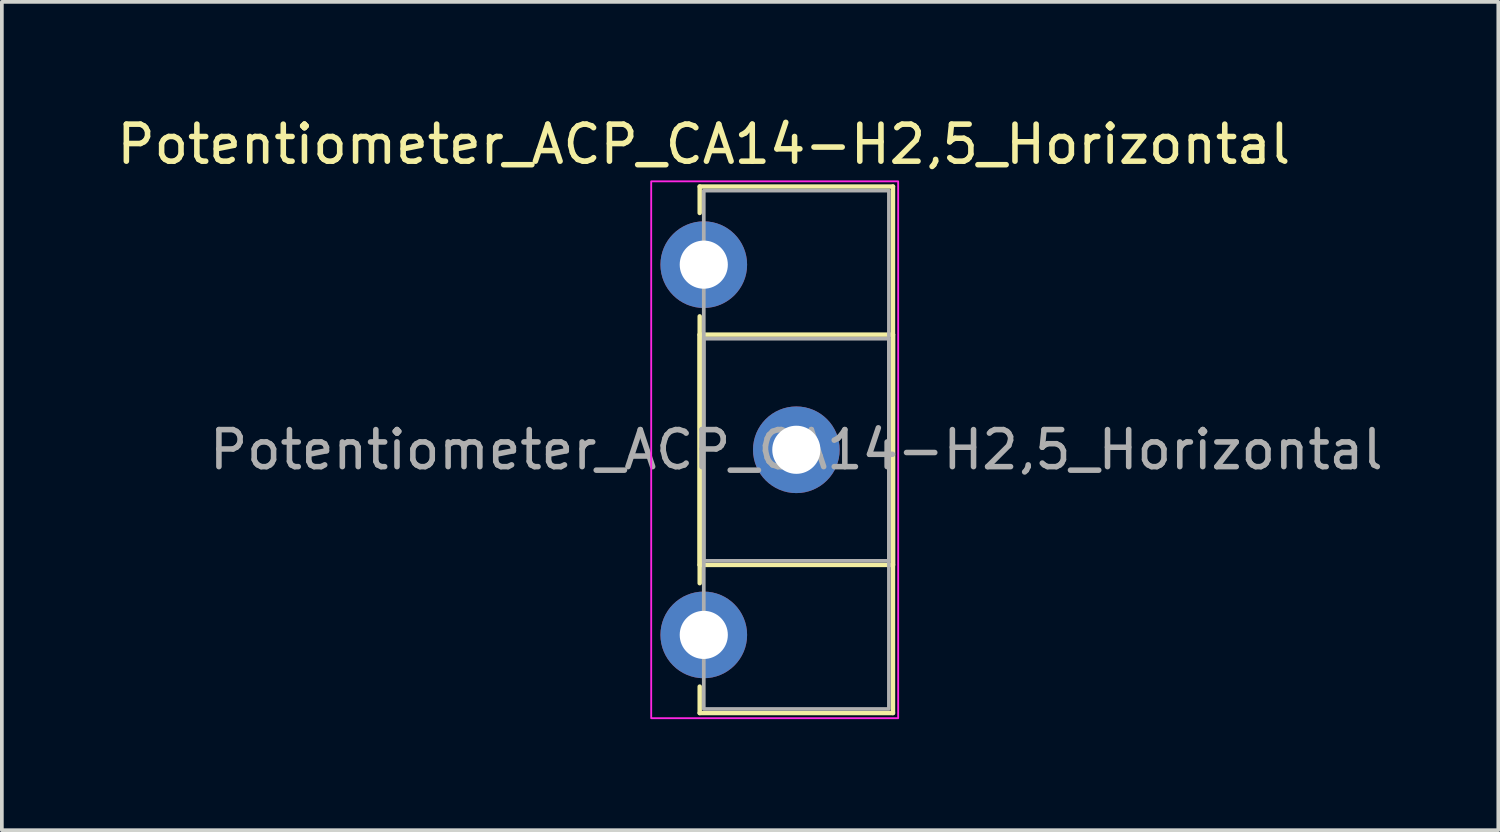
<source format=kicad_pcb>
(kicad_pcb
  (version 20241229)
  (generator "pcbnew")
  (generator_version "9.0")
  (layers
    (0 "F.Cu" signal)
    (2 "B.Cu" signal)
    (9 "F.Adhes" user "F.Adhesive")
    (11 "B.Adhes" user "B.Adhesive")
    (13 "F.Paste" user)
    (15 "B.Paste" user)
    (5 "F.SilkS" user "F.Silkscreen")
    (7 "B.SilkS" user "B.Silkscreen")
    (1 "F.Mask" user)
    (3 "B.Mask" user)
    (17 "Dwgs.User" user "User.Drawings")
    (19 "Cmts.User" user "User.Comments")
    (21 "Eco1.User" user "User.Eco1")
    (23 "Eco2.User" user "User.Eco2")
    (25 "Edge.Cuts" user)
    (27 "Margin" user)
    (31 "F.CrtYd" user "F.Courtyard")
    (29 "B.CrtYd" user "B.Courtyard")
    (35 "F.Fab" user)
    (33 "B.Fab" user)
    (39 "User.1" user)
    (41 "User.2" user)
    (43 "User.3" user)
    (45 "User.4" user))
  (footprint "Potentiometer_ACP_CA14-H2,5_Horizontal"
    (layer "F.Cu")
    (at 15.958 4.098)
    (property "Reference" "Potentiometer_ACP_CA14-H2,5_Horizontal" (at 0 -3.25 0) (layer "F.SilkS") (effects (font (size 1 1) (thickness 0.15))))
    (attr through_hole)
    (fp_line (start -0.11 -2.11) (end 5.11 -2.11) (stroke (width 0.12) (type solid)) (layer "F.SilkS"))
    (fp_line (start -0.11 -1.396) (end -0.11 -2.11) (stroke (width 0.12) (type solid)) (layer "F.SilkS"))
    (fp_line (start -0.11 1.89) (end 5.11 1.89) (stroke (width 0.12) (type solid)) (layer "F.SilkS"))
    (fp_line (start -0.11 8.11) (end -0.11 1.89) (stroke (width 0.12) (type solid)) (layer "F.SilkS"))
    (fp_line (start -0.11 8.604) (end -0.11 1.396) (stroke (width 0.12) (type solid)) (layer "F.SilkS"))
    (fp_line (start -0.11 12.11) (end -0.11 11.396) (stroke (width 0.12) (type solid)) (layer "F.SilkS"))
    (fp_line (start 5.11 -2.11) (end 5.11 12.11) (stroke (width 0.12) (type solid)) (layer "F.SilkS"))
    (fp_line (start 5.11 1.89) (end 5.11 8.11) (stroke (width 0.12) (type solid)) (layer "F.SilkS"))
    (fp_line (start 5.11 8.11) (end -0.11 8.11) (stroke (width 0.12) (type solid)) (layer "F.SilkS"))
    (fp_line (start 5.11 12.11) (end -0.11 12.11) (stroke (width 0.12) (type solid)) (layer "F.SilkS"))
    (fp_rect (start -1.42 -2.25) (end 5.25 12.25) (stroke (width 0.05) (type solid)) (fill no) (layer "F.CrtYd"))
    (fp_rect (start 0 -2) (end 5 12) (stroke (width 0.1) (type solid)) (fill no) (layer "F.Fab"))
    (fp_rect (start 0 2) (end 5 8) (stroke (width 0.1) (type solid)) (fill no) (layer "F.Fab"))
    (fp_text user "${REFERENCE}" (at 2.5 5 0) (layer "F.Fab") (effects (font (size 1 1) (thickness 0.15))))
    (pad "1" thru_hole circle (at 0 0) (size 2.34 2.34) (drill 1.3) (layers "*.Cu" "*.Mask"))
    (pad "2" thru_hole circle (at 2.5 5) (size 2.34 2.34) (drill 1.3) (layers "*.Cu" "*.Mask"))
    (pad "3" thru_hole circle (at 0 10) (size 2.34 2.34) (drill 1.3) (layers "*.Cu" "*.Mask")))
  (gr_rect
    (start -3 -3)
    (end 37.417 19.373)
    (stroke (width 0.1) (type default))
    (fill no)
    (layer "Edge.Cuts")))
</source>
